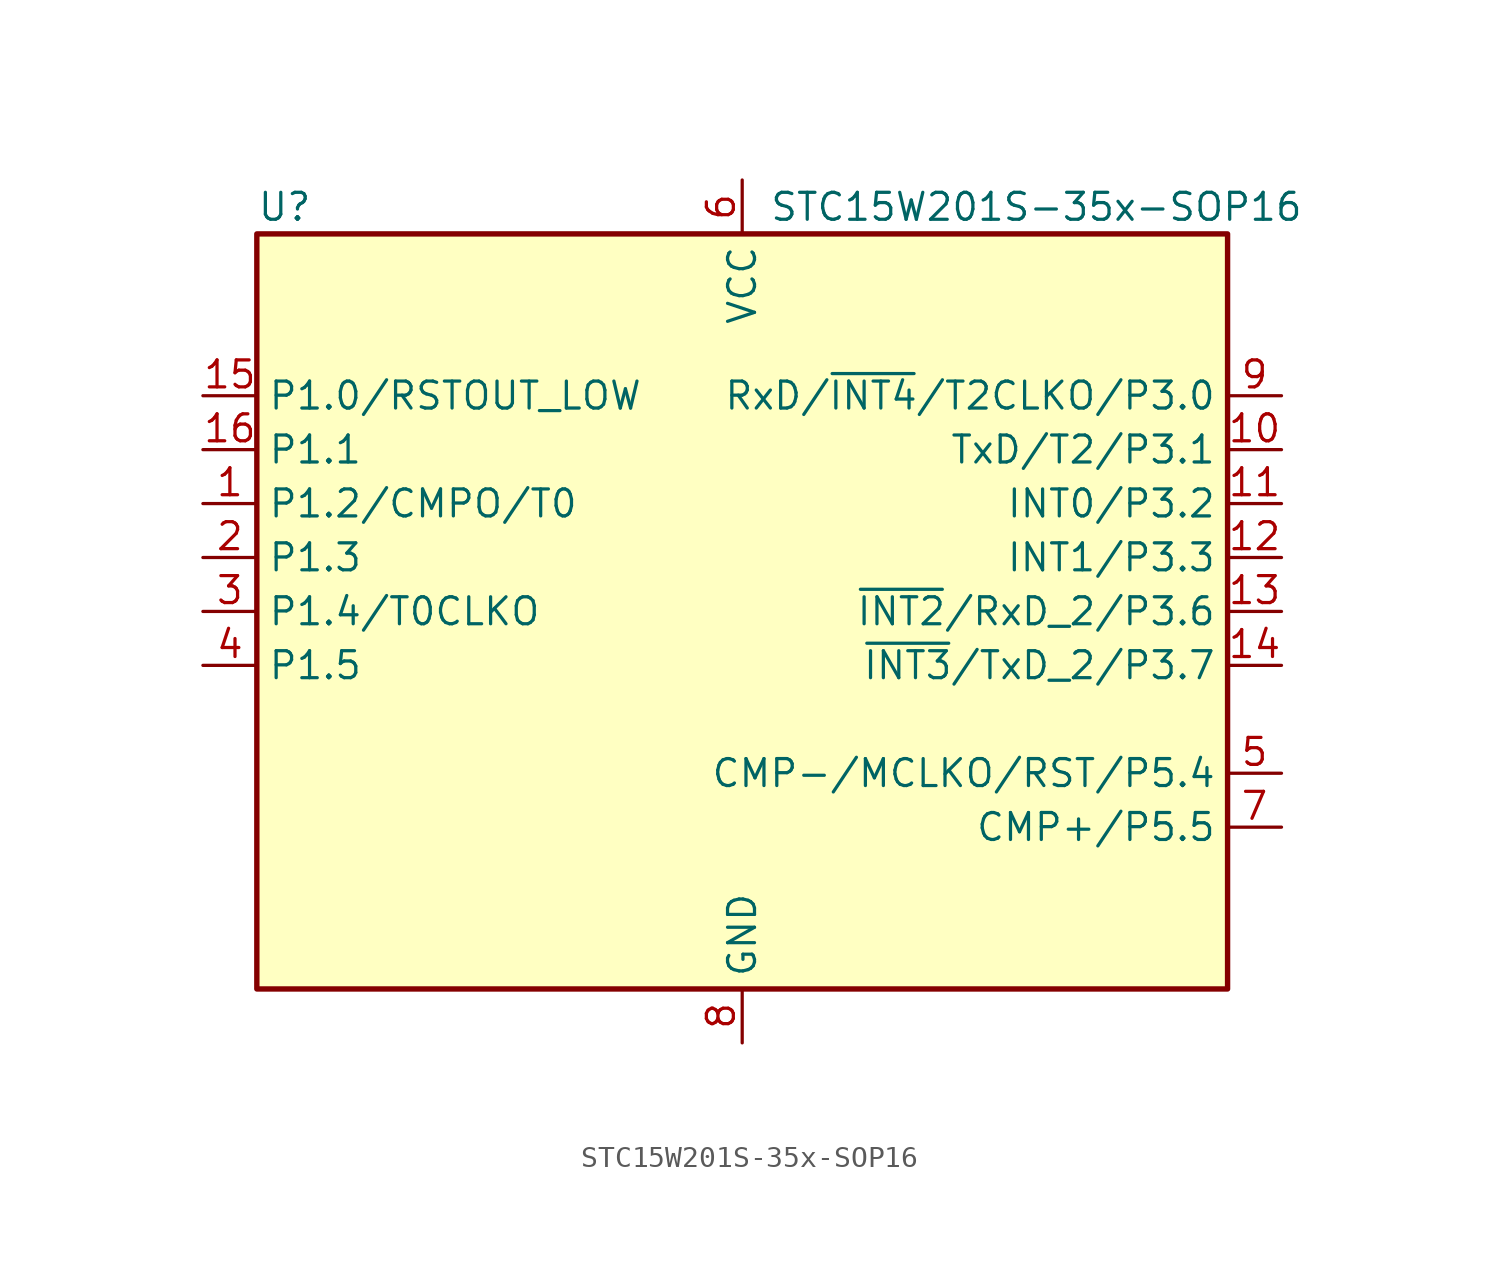
<source format=kicad_sym>
(kicad_symbol_lib
  (version 20201005)
  (generator kicad_symbol_editor)
  (symbol "MCU_STC:STC15W201S-35x-SOP16"
    (property "Reference" "U"
      (at -22.86 19.05 0)
      (effects (font (size 1.27 1.27)) (justify left)))
    (property "Value" "STC15W201S-35x-SOP16"
      (at 1.27 19.05 0)
      (effects (font (size 1.27 1.27)) (justify left)))
    (symbol "STC15W201S-35x-SOP16_0_1"
      (rectangle (start -22.86 17.78) (end 22.86 -17.78) (stroke (width 0.254)) (fill (type background))))
    (symbol "STC15W201S-35x-SOP16_1_1"
      (pin bidirectional line (at -25.4 5.08 0) (length 2.54) (name "P1.2/CMPO/T0" (effects (font (size 1.27 1.27)))) (number "1" (effects (font (size 1.27 1.27)))))
      (pin bidirectional line (at 25.4 7.62 180) (length 2.54) (name "TxD/T2/P3.1" (effects (font (size 1.27 1.27)))) (number "10" (effects (font (size 1.27 1.27)))))
      (pin bidirectional line (at 25.4 5.08 180) (length 2.54) (name "INT0/P3.2" (effects (font (size 1.27 1.27)))) (number "11" (effects (font (size 1.27 1.27)))))
      (pin bidirectional line (at 25.4 2.54 180) (length 2.54) (name "INT1/P3.3" (effects (font (size 1.27 1.27)))) (number "12" (effects (font (size 1.27 1.27)))))
      (pin bidirectional line (at 25.4 0 180) (length 2.54) (name "~INT2~/RxD_2/P3.6" (effects (font (size 1.27 1.27)))) (number "13" (effects (font (size 1.27 1.27)))))
      (pin bidirectional line (at 25.4 -2.54 180) (length 2.54) (name "~INT3~/TxD_2/P3.7" (effects (font (size 1.27 1.27)))) (number "14" (effects (font (size 1.27 1.27)))))
      (pin bidirectional line (at -25.4 10.16 0) (length 2.54) (name "P1.0/RSTOUT_LOW" (effects (font (size 1.27 1.27)))) (number "15" (effects (font (size 1.27 1.27)))))
      (pin bidirectional line (at -25.4 7.62 0) (length 2.54) (name "P1.1" (effects (font (size 1.27 1.27)))) (number "16" (effects (font (size 1.27 1.27)))))
      (pin bidirectional line (at -25.4 2.54 0) (length 2.54) (name "P1.3" (effects (font (size 1.27 1.27)))) (number "2" (effects (font (size 1.27 1.27)))))
      (pin bidirectional line (at -25.4 0 0) (length 2.54) (name "P1.4/T0CLKO" (effects (font (size 1.27 1.27)))) (number "3" (effects (font (size 1.27 1.27)))))
      (pin bidirectional line (at -25.4 -2.54 0) (length 2.54) (name "P1.5" (effects (font (size 1.27 1.27)))) (number "4" (effects (font (size 1.27 1.27)))))
      (pin bidirectional line (at 25.4 -7.62 180) (length 2.54) (name "CMP-/MCLKO/RST/P5.4" (effects (font (size 1.27 1.27)))) (number "5" (effects (font (size 1.27 1.27)))))
      (pin power_in line (at 0 20.32 270) (length 2.54) (name "VCC" (effects (font (size 1.27 1.27)))) (number "6" (effects (font (size 1.27 1.27)))))
      (pin bidirectional line (at 25.4 -10.16 180) (length 2.54) (name "CMP+/P5.5" (effects (font (size 1.27 1.27)))) (number "7" (effects (font (size 1.27 1.27)))))
      (pin power_in line (at 0 -20.32 90) (length 2.54) (name "GND" (effects (font (size 1.27 1.27)))) (number "8" (effects (font (size 1.27 1.27)))))
      (pin bidirectional line (at 25.4 10.16 180) (length 2.54) (name "RxD/~INT4~/T2CLKO/P3.0" (effects (font (size 1.27 1.27)))) (number "9" (effects (font (size 1.27 1.27))))))))
</source>
